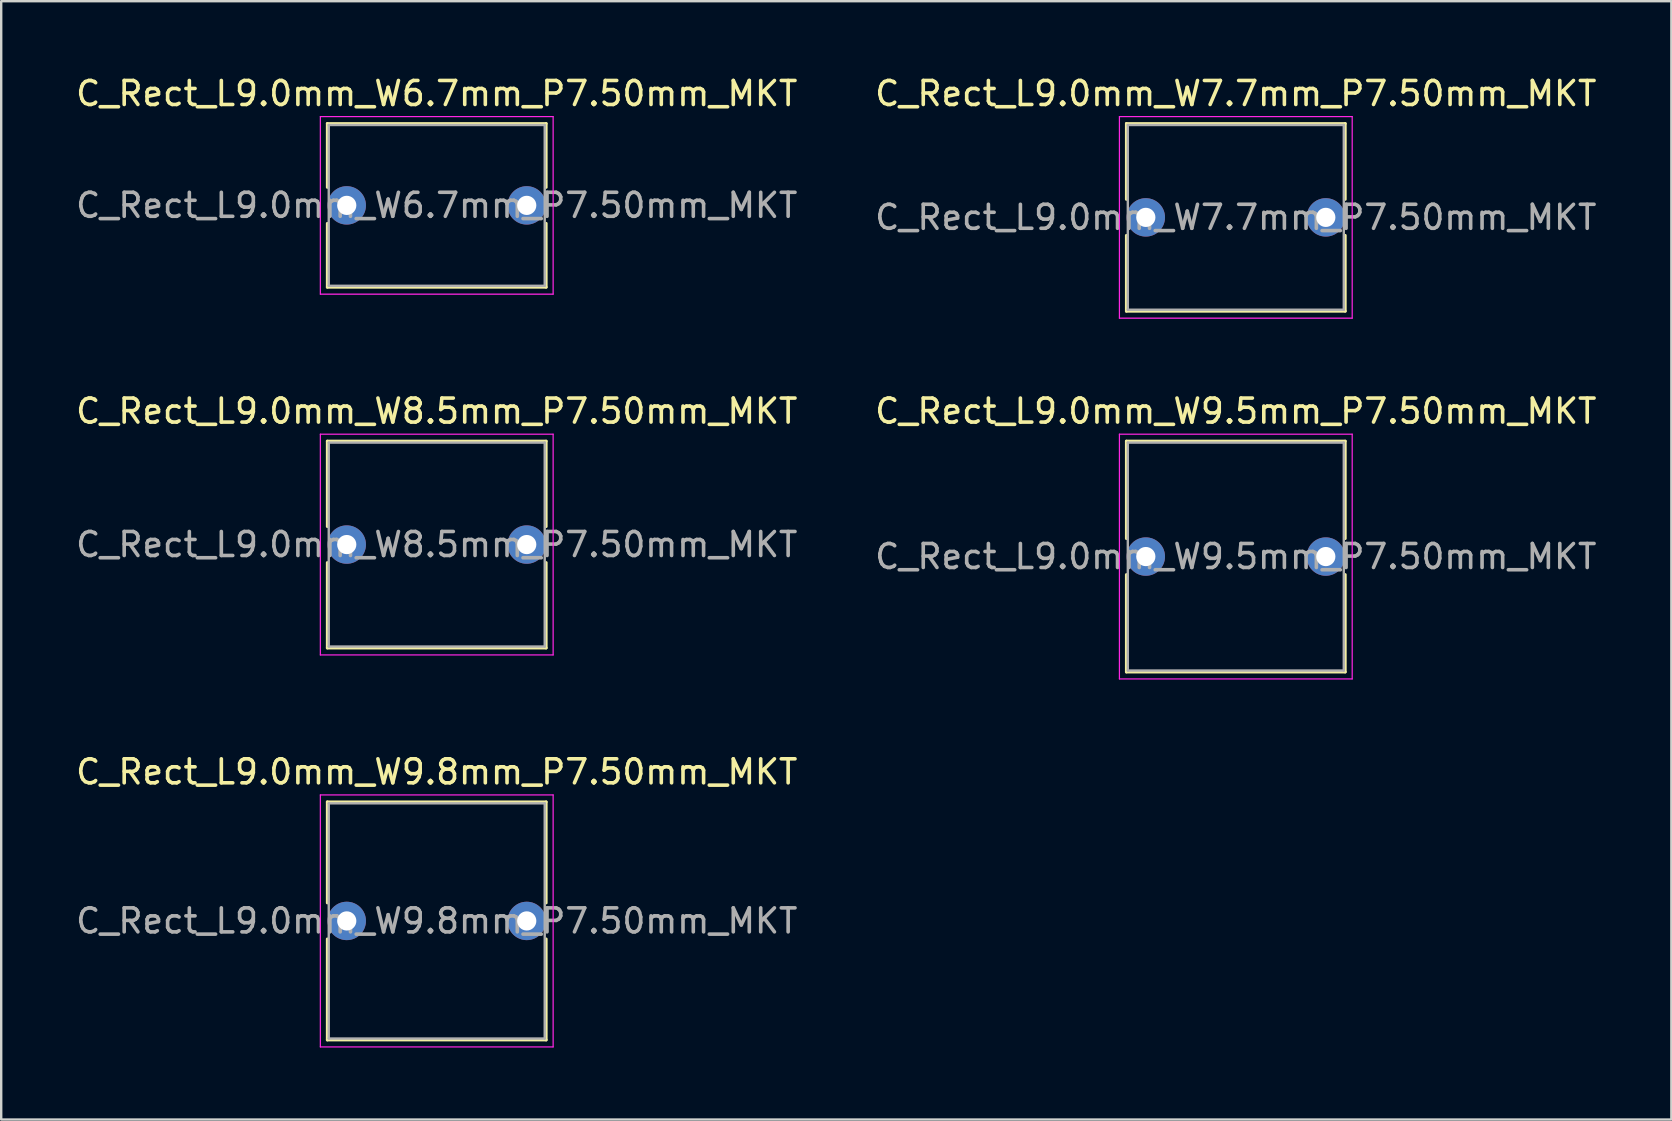
<source format=kicad_pcb>
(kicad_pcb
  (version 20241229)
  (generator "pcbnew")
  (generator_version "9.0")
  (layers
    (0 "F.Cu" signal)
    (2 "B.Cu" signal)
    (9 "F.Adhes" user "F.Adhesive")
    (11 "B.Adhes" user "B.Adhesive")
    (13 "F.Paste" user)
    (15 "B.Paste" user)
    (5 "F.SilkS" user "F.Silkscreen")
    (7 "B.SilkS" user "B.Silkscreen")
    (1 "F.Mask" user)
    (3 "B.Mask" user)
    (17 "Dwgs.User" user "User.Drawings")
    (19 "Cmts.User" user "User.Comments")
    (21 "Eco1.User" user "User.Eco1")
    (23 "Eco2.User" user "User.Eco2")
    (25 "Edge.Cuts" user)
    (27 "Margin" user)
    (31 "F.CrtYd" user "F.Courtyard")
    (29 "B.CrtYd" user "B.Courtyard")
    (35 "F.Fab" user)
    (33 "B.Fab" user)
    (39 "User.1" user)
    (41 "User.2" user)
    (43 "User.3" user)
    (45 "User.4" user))
  (footprint "C_Rect_L9.0mm_W9.8mm_P7.50mm_MKT"
    (layer "F.Cu")
    (at 11.399 35.325)
    (property "Reference" "C_Rect_L9.0mm_W9.8mm_P7.50mm_MKT" (at 3.75 -6.21 0) (layer "F.SilkS") (effects (font (size 1 1) (thickness 0.15))))
    (attr through_hole)
    (fp_line (start -0.81 -4.96) (end -0.81 -0.75) (stroke (width 0.12) (type solid)) (layer "F.SilkS"))
    (fp_line (start -0.81 -4.96) (end 8.31 -4.96) (stroke (width 0.12) (type solid)) (layer "F.SilkS"))
    (fp_line (start -0.81 0.75) (end -0.81 4.96) (stroke (width 0.12) (type solid)) (layer "F.SilkS"))
    (fp_line (start -0.81 4.96) (end 8.31 4.96) (stroke (width 0.12) (type solid)) (layer "F.SilkS"))
    (fp_line (start 8.31 -4.96) (end 8.31 -0.75) (stroke (width 0.12) (type solid)) (layer "F.SilkS"))
    (fp_line (start 8.31 0.75) (end 8.31 4.96) (stroke (width 0.12) (type solid)) (layer "F.SilkS"))
    (fp_line (start -1.1 -5.25) (end -1.1 5.25) (stroke (width 0.05) (type solid)) (layer "F.CrtYd"))
    (fp_line (start -1.1 5.25) (end 8.6 5.25) (stroke (width 0.05) (type solid)) (layer "F.CrtYd"))
    (fp_line (start 8.6 -5.25) (end -1.1 -5.25) (stroke (width 0.05) (type solid)) (layer "F.CrtYd"))
    (fp_line (start 8.6 5.25) (end 8.6 -5.25) (stroke (width 0.05) (type solid)) (layer "F.CrtYd"))
    (fp_line (start -0.75 -4.9) (end -0.75 4.9) (stroke (width 0.1) (type solid)) (layer "F.Fab"))
    (fp_line (start -0.75 4.9) (end 8.25 4.9) (stroke (width 0.1) (type solid)) (layer "F.Fab"))
    (fp_line (start 8.25 -4.9) (end -0.75 -4.9) (stroke (width 0.1) (type solid)) (layer "F.Fab"))
    (fp_line (start 8.25 4.9) (end 8.25 -4.9) (stroke (width 0.1) (type solid)) (layer "F.Fab"))
    (fp_text user "${REFERENCE}" (at 3.75 0 0) (layer "F.Fab") (effects (font (size 1 1) (thickness 0.15))))
    (pad "1" thru_hole circle (at 0 0) (size 1.6 1.6) (drill 0.8) (layers "*.Cu" "*.Mask"))
    (pad "2" thru_hole circle (at 7.5 0) (size 1.6 1.6) (drill 0.8) (layers "*.Cu" "*.Mask")))
  (footprint "C_Rect_L9.0mm_W7.7mm_P7.50mm_MKT"
    (layer "F.Cu")
    (at 44.696 6.008)
    (property "Reference" "C_Rect_L9.0mm_W7.7mm_P7.50mm_MKT" (at 3.75 -5.16 0) (layer "F.SilkS") (effects (font (size 1 1) (thickness 0.15))))
    (attr through_hole)
    (fp_line (start -0.81 -3.91) (end -0.81 -0.75) (stroke (width 0.12) (type solid)) (layer "F.SilkS"))
    (fp_line (start -0.81 -3.91) (end 8.31 -3.91) (stroke (width 0.12) (type solid)) (layer "F.SilkS"))
    (fp_line (start -0.81 0.75) (end -0.81 3.91) (stroke (width 0.12) (type solid)) (layer "F.SilkS"))
    (fp_line (start -0.81 3.91) (end 8.31 3.91) (stroke (width 0.12) (type solid)) (layer "F.SilkS"))
    (fp_line (start 8.31 -3.91) (end 8.31 -0.75) (stroke (width 0.12) (type solid)) (layer "F.SilkS"))
    (fp_line (start 8.31 0.75) (end 8.31 3.91) (stroke (width 0.12) (type solid)) (layer "F.SilkS"))
    (fp_line (start -1.1 -4.2) (end -1.1 4.2) (stroke (width 0.05) (type solid)) (layer "F.CrtYd"))
    (fp_line (start -1.1 4.2) (end 8.6 4.2) (stroke (width 0.05) (type solid)) (layer "F.CrtYd"))
    (fp_line (start 8.6 -4.2) (end -1.1 -4.2) (stroke (width 0.05) (type solid)) (layer "F.CrtYd"))
    (fp_line (start 8.6 4.2) (end 8.6 -4.2) (stroke (width 0.05) (type solid)) (layer "F.CrtYd"))
    (fp_line (start -0.75 -3.85) (end -0.75 3.85) (stroke (width 0.1) (type solid)) (layer "F.Fab"))
    (fp_line (start -0.75 3.85) (end 8.25 3.85) (stroke (width 0.1) (type solid)) (layer "F.Fab"))
    (fp_line (start 8.25 -3.85) (end -0.75 -3.85) (stroke (width 0.1) (type solid)) (layer "F.Fab"))
    (fp_line (start 8.25 3.85) (end 8.25 -3.85) (stroke (width 0.1) (type solid)) (layer "F.Fab"))
    (fp_text user "${REFERENCE}" (at 3.75 0 0) (layer "F.Fab") (effects (font (size 1 1) (thickness 0.15))))
    (pad "1" thru_hole circle (at 0 0) (size 1.6 1.6) (drill 0.8) (layers "*.Cu" "*.Mask"))
    (pad "2" thru_hole circle (at 7.5 0) (size 1.6 1.6) (drill 0.8) (layers "*.Cu" "*.Mask")))
  (footprint "C_Rect_L9.0mm_W8.5mm_P7.50mm_MKT"
    (layer "F.Cu")
    (at 11.399 19.642)
    (property "Reference" "C_Rect_L9.0mm_W8.5mm_P7.50mm_MKT" (at 3.75 -5.56 0) (layer "F.SilkS") (effects (font (size 1 1) (thickness 0.15))))
    (attr through_hole)
    (fp_line (start -0.81 -4.31) (end -0.81 -0.75) (stroke (width 0.12) (type solid)) (layer "F.SilkS"))
    (fp_line (start -0.81 -4.31) (end 8.31 -4.31) (stroke (width 0.12) (type solid)) (layer "F.SilkS"))
    (fp_line (start -0.81 0.75) (end -0.81 4.31) (stroke (width 0.12) (type solid)) (layer "F.SilkS"))
    (fp_line (start -0.81 4.31) (end 8.31 4.31) (stroke (width 0.12) (type solid)) (layer "F.SilkS"))
    (fp_line (start 8.31 -4.31) (end 8.31 -0.75) (stroke (width 0.12) (type solid)) (layer "F.SilkS"))
    (fp_line (start 8.31 0.75) (end 8.31 4.31) (stroke (width 0.12) (type solid)) (layer "F.SilkS"))
    (fp_line (start -1.1 -4.6) (end -1.1 4.6) (stroke (width 0.05) (type solid)) (layer "F.CrtYd"))
    (fp_line (start -1.1 4.6) (end 8.6 4.6) (stroke (width 0.05) (type solid)) (layer "F.CrtYd"))
    (fp_line (start 8.6 -4.6) (end -1.1 -4.6) (stroke (width 0.05) (type solid)) (layer "F.CrtYd"))
    (fp_line (start 8.6 4.6) (end 8.6 -4.6) (stroke (width 0.05) (type solid)) (layer "F.CrtYd"))
    (fp_line (start -0.75 -4.25) (end -0.75 4.25) (stroke (width 0.1) (type solid)) (layer "F.Fab"))
    (fp_line (start -0.75 4.25) (end 8.25 4.25) (stroke (width 0.1) (type solid)) (layer "F.Fab"))
    (fp_line (start 8.25 -4.25) (end -0.75 -4.25) (stroke (width 0.1) (type solid)) (layer "F.Fab"))
    (fp_line (start 8.25 4.25) (end 8.25 -4.25) (stroke (width 0.1) (type solid)) (layer "F.Fab"))
    (fp_text user "${REFERENCE}" (at 3.75 0 0) (layer "F.Fab") (effects (font (size 1 1) (thickness 0.15))))
    (pad "1" thru_hole circle (at 0 0) (size 1.6 1.6) (drill 0.8) (layers "*.Cu" "*.Mask"))
    (pad "2" thru_hole circle (at 7.5 0) (size 1.6 1.6) (drill 0.8) (layers "*.Cu" "*.Mask")))
  (footprint "C_Rect_L9.0mm_W9.5mm_P7.50mm_MKT"
    (layer "F.Cu")
    (at 44.696 20.142)
    (property "Reference" "C_Rect_L9.0mm_W9.5mm_P7.50mm_MKT" (at 3.75 -6.06 0) (layer "F.SilkS") (effects (font (size 1 1) (thickness 0.15))))
    (attr through_hole)
    (fp_line (start -0.81 -4.81) (end -0.81 -0.75) (stroke (width 0.12) (type solid)) (layer "F.SilkS"))
    (fp_line (start -0.81 -4.81) (end 8.31 -4.81) (stroke (width 0.12) (type solid)) (layer "F.SilkS"))
    (fp_line (start -0.81 0.75) (end -0.81 4.81) (stroke (width 0.12) (type solid)) (layer "F.SilkS"))
    (fp_line (start -0.81 4.81) (end 8.31 4.81) (stroke (width 0.12) (type solid)) (layer "F.SilkS"))
    (fp_line (start 8.31 -4.81) (end 8.31 -0.75) (stroke (width 0.12) (type solid)) (layer "F.SilkS"))
    (fp_line (start 8.31 0.75) (end 8.31 4.81) (stroke (width 0.12) (type solid)) (layer "F.SilkS"))
    (fp_line (start -1.1 -5.1) (end -1.1 5.1) (stroke (width 0.05) (type solid)) (layer "F.CrtYd"))
    (fp_line (start -1.1 5.1) (end 8.6 5.1) (stroke (width 0.05) (type solid)) (layer "F.CrtYd"))
    (fp_line (start 8.6 -5.1) (end -1.1 -5.1) (stroke (width 0.05) (type solid)) (layer "F.CrtYd"))
    (fp_line (start 8.6 5.1) (end 8.6 -5.1) (stroke (width 0.05) (type solid)) (layer "F.CrtYd"))
    (fp_line (start -0.75 -4.75) (end -0.75 4.75) (stroke (width 0.1) (type solid)) (layer "F.Fab"))
    (fp_line (start -0.75 4.75) (end 8.25 4.75) (stroke (width 0.1) (type solid)) (layer "F.Fab"))
    (fp_line (start 8.25 -4.75) (end -0.75 -4.75) (stroke (width 0.1) (type solid)) (layer "F.Fab"))
    (fp_line (start 8.25 4.75) (end 8.25 -4.75) (stroke (width 0.1) (type solid)) (layer "F.Fab"))
    (fp_text user "${REFERENCE}" (at 3.75 0 0) (layer "F.Fab") (effects (font (size 1 1) (thickness 0.15))))
    (pad "1" thru_hole circle (at 0 0) (size 1.6 1.6) (drill 0.8) (layers "*.Cu" "*.Mask"))
    (pad "2" thru_hole circle (at 7.5 0) (size 1.6 1.6) (drill 0.8) (layers "*.Cu" "*.Mask")))
  (footprint "C_Rect_L9.0mm_W6.7mm_P7.50mm_MKT"
    (layer "F.Cu")
    (at 11.399 5.508)
    (property "Reference" "C_Rect_L9.0mm_W6.7mm_P7.50mm_MKT" (at 3.75 -4.66 0) (layer "F.SilkS") (effects (font (size 1 1) (thickness 0.15))))
    (attr through_hole)
    (fp_line (start -0.81 -3.41) (end -0.81 -0.75) (stroke (width 0.12) (type solid)) (layer "F.SilkS"))
    (fp_line (start -0.81 -3.41) (end 8.31 -3.41) (stroke (width 0.12) (type solid)) (layer "F.SilkS"))
    (fp_line (start -0.81 0.75) (end -0.81 3.41) (stroke (width 0.12) (type solid)) (layer "F.SilkS"))
    (fp_line (start -0.81 3.41) (end 8.31 3.41) (stroke (width 0.12) (type solid)) (layer "F.SilkS"))
    (fp_line (start 8.31 -3.41) (end 8.31 -0.75) (stroke (width 0.12) (type solid)) (layer "F.SilkS"))
    (fp_line (start 8.31 0.75) (end 8.31 3.41) (stroke (width 0.12) (type solid)) (layer "F.SilkS"))
    (fp_line (start -1.1 -3.7) (end -1.1 3.7) (stroke (width 0.05) (type solid)) (layer "F.CrtYd"))
    (fp_line (start -1.1 3.7) (end 8.6 3.7) (stroke (width 0.05) (type solid)) (layer "F.CrtYd"))
    (fp_line (start 8.6 -3.7) (end -1.1 -3.7) (stroke (width 0.05) (type solid)) (layer "F.CrtYd"))
    (fp_line (start 8.6 3.7) (end 8.6 -3.7) (stroke (width 0.05) (type solid)) (layer "F.CrtYd"))
    (fp_line (start -0.75 -3.35) (end -0.75 3.35) (stroke (width 0.1) (type solid)) (layer "F.Fab"))
    (fp_line (start -0.75 3.35) (end 8.25 3.35) (stroke (width 0.1) (type solid)) (layer "F.Fab"))
    (fp_line (start 8.25 -3.35) (end -0.75 -3.35) (stroke (width 0.1) (type solid)) (layer "F.Fab"))
    (fp_line (start 8.25 3.35) (end 8.25 -3.35) (stroke (width 0.1) (type solid)) (layer "F.Fab"))
    (fp_text user "${REFERENCE}" (at 3.75 0 0) (layer "F.Fab") (effects (font (size 1 1) (thickness 0.15))))
    (pad "1" thru_hole circle (at 0 0) (size 1.6 1.6) (drill 0.8) (layers "*.Cu" "*.Mask"))
    (pad "2" thru_hole circle (at 7.5 0) (size 1.6 1.6) (drill 0.8) (layers "*.Cu" "*.Mask")))
  (gr_rect
    (start -3 -3)
    (end 66.595 43.6)
    (stroke (width 0.1) (type default))
    (fill no)
    (layer "Edge.Cuts")))
</source>
